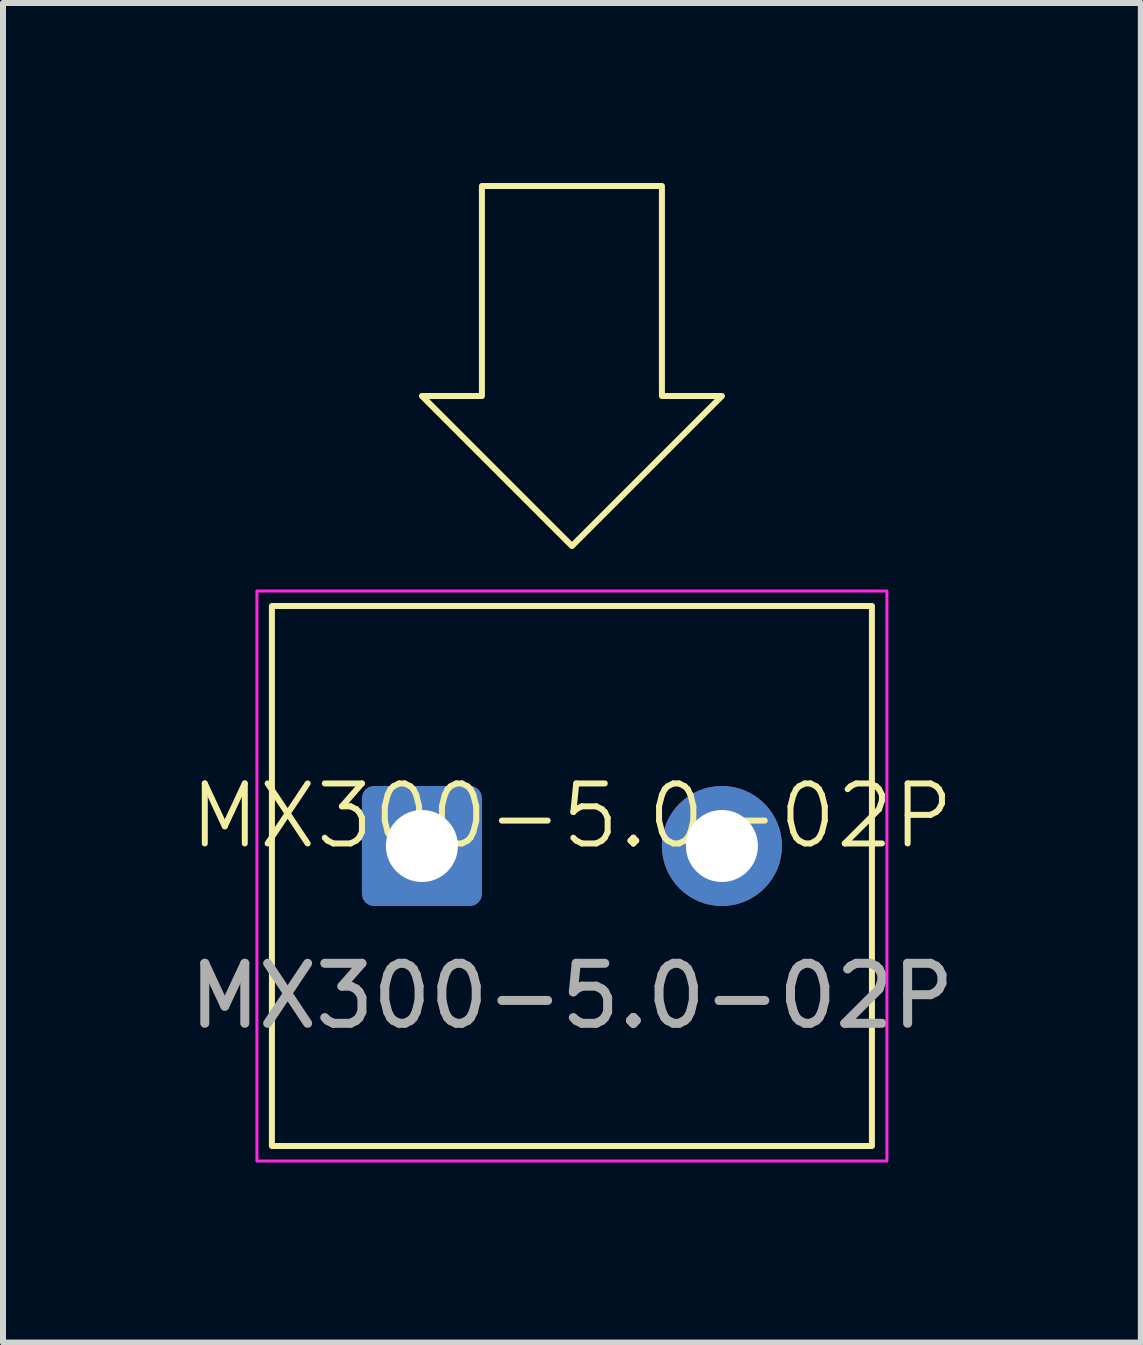
<source format=kicad_pcb>
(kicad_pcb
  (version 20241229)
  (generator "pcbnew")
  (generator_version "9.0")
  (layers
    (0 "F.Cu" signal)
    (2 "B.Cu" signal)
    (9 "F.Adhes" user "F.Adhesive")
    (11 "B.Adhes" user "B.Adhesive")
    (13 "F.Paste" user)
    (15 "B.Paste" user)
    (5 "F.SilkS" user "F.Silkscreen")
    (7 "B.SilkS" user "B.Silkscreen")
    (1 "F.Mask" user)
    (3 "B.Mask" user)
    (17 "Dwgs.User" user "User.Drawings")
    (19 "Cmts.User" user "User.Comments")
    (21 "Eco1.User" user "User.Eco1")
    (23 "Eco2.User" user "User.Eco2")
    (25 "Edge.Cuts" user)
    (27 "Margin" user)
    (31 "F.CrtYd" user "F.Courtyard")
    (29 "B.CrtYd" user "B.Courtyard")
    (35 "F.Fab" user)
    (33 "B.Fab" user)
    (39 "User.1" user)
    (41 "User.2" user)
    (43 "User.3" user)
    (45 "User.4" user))
  (footprint "MX300-5.0-02P"
    (layer "F.Cu")
    (at 6.482 11.05)
    (property "Reference" "MX300-5.0-02P" (at 0 -0.5 0) (unlocked yes) (layer "F.SilkS") (effects (font (size 1 1) (thickness 0.1))))
    (attr smd)
    (fp_rect (start -5 -4) (end 5 5) (stroke (width 0.1) (type solid)) (fill no) (layer "F.SilkS"))
    (fp_poly (pts (xy 0 -5) (xy -2.5 -7.5) (xy -1.5 -7.5) (xy -1.5 -11) (xy 1.5 -11) (xy 1.5 -7.5) (xy 2.5 -7.5)) (stroke (width 0.1) (type solid)) (fill no) (layer "F.SilkS"))
    (fp_rect (start -5.25 -4.25) (end 5.25 5.25) (stroke (width 0.05) (type solid)) (fill no) (layer "F.CrtYd"))
    (fp_text user "${REFERENCE}" (at 0 2.5 0) (unlocked yes) (layer "F.Fab") (effects (font (size 1 1) (thickness 0.15))))
    (pad "1" thru_hole roundrect (at -2.5 0) (size 2 2) (drill 1.2) (layers "*.Cu" "*.Mask") (roundrect_rratio 0.1))
    (pad "2" thru_hole circle (at 2.5 0) (size 2 2) (drill 1.2) (layers "*.Cu" "*.Mask")))
  (gr_rect
    (start -3 -3)
    (end 15.964 19.325)
    (stroke (width 0.1) (type default))
    (fill no)
    (layer "Edge.Cuts")))
</source>
